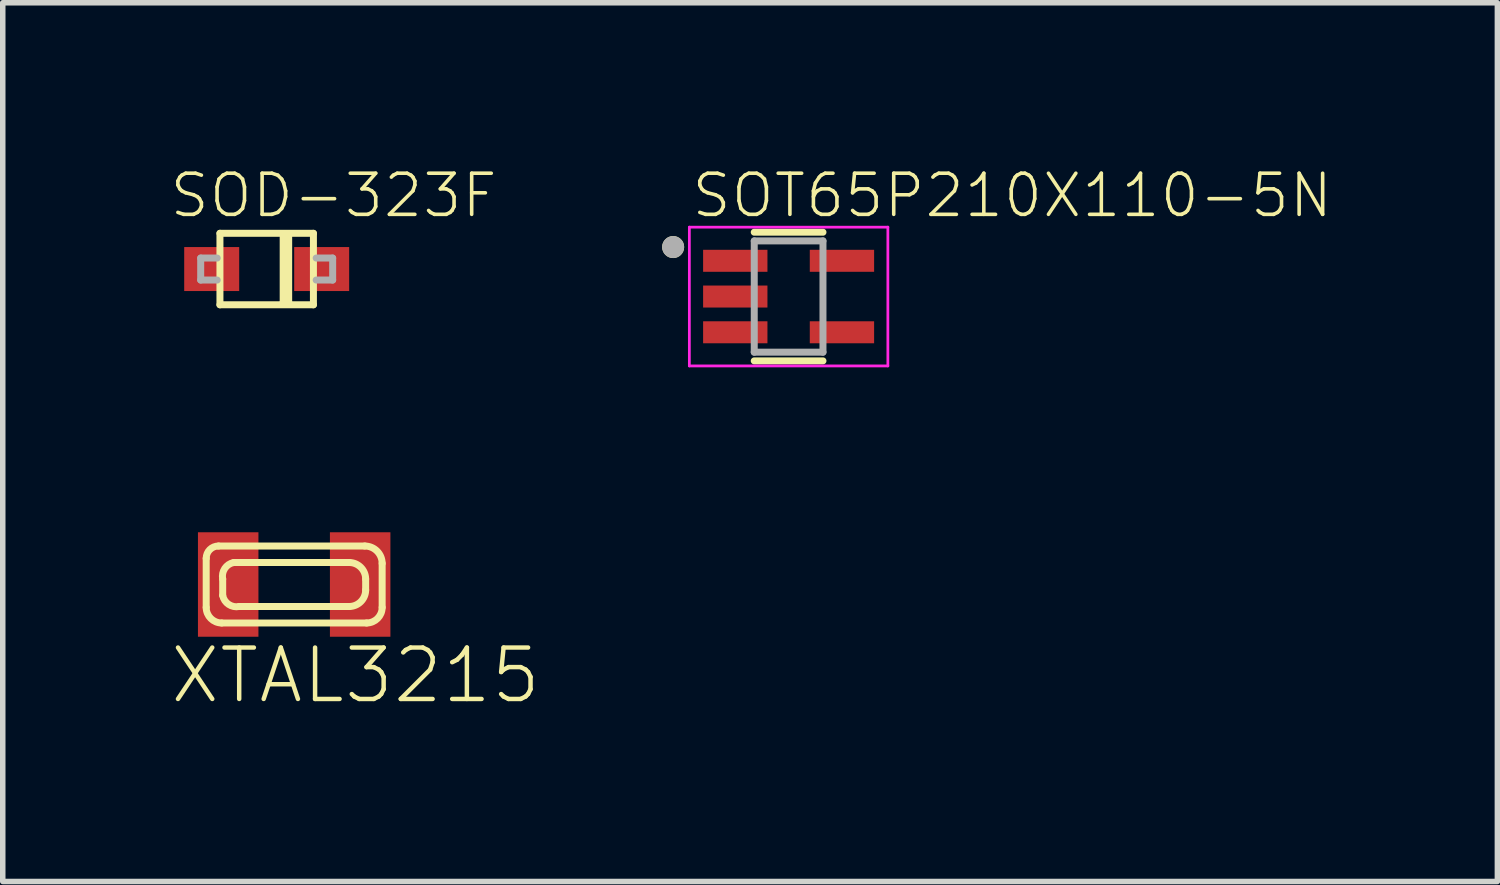
<source format=kicad_pcb>
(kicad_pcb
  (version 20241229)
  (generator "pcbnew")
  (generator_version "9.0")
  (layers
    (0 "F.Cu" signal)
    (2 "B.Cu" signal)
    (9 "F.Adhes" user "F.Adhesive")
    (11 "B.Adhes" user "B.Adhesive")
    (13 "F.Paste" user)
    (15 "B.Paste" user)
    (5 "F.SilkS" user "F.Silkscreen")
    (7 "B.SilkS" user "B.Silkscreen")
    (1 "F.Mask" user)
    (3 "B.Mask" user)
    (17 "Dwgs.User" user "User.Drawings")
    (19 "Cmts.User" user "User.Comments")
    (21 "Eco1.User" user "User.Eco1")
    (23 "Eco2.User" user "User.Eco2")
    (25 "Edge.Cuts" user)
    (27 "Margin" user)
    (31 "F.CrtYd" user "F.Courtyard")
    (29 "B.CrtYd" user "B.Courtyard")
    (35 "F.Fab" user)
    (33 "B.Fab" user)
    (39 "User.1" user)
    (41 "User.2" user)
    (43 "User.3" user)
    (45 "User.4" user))
  (footprint "SOD-323F"
    (layer "F.Cu")
    (at 1.8 1.843)
    (property "Reference" "SOD-323F" (at -1.8 -0.9 0) (layer "F.SilkS") (effects (font (size 0.748 0.748) (thickness 0.065)) (justify left bottom)))
    (fp_line (start -0.85 -0.65) (end 0.85 -0.65) (stroke (width 0.127) (type solid)) (layer "F.SilkS"))
    (fp_line (start -0.85 0.65) (end -0.85 -0.65) (stroke (width 0.127) (type solid)) (layer "F.SilkS"))
    (fp_line (start 0.3 0.6) (end 0.3 -0.6) (stroke (width 0.127) (type solid)) (layer "F.SilkS"))
    (fp_line (start 0.4 -0.6) (end 0.4 0.6) (stroke (width 0.127) (type solid)) (layer "F.SilkS"))
    (fp_line (start 0.4 0.6) (end 0.3 0.6) (stroke (width 0.127) (type solid)) (layer "F.SilkS"))
    (fp_line (start 0.85 -0.65) (end 0.85 0.65) (stroke (width 0.127) (type solid)) (layer "F.SilkS"))
    (fp_line (start 0.85 0.65) (end -0.85 0.65) (stroke (width 0.127) (type solid)) (layer "F.SilkS"))
    (fp_line (start -1.2 -0.2) (end -1.2 0.2) (stroke (width 0.127) (type solid)) (layer "F.Fab"))
    (fp_line (start -1.2 0.2) (end -0.9 0.2) (stroke (width 0.127) (type solid)) (layer "F.Fab"))
    (fp_line (start -0.9 -0.2) (end -1.2 -0.2) (stroke (width 0.127) (type solid)) (layer "F.Fab"))
    (fp_line (start 0.9 -0.2) (end 1.2 -0.2) (stroke (width 0.127) (type solid)) (layer "F.Fab"))
    (fp_line (start 1.2 -0.2) (end 1.2 0.2) (stroke (width 0.127) (type solid)) (layer "F.Fab"))
    (fp_line (start 1.2 0.2) (end 0.9 0.2) (stroke (width 0.127) (type solid)) (layer "F.Fab"))
    (pad "A" smd rect (at -1 0) (size 1 0.8) (layers "F.Cu" "F.Mask" "F.Paste"))
    (pad "C" smd rect (at 1 0) (size 1 0.8) (layers "F.Cu" "F.Mask" "F.Paste")))
  (footprint "XTAL3215"
    (layer "F.Cu")
    (at 2.3 7.58)
    (property "Reference" "XTAL3215" (at -2.3 2.2 0) (layer "F.SilkS") (effects (font (size 0.935 0.935) (thickness 0.081)) (justify left bottom)))
    (fp_line (start -1.6 0.417) (end -1.6 -0.476) (stroke (width 0.127) (type solid)) (layer "F.SilkS"))
    (fp_line (start -1.376 -0.7) (end 1.284 -0.7) (stroke (width 0.127) (type solid)) (layer "F.SilkS"))
    (fp_line (start -1.3 0.2) (end -1.3 -0.1) (stroke (width 0.127) (type solid)) (layer "F.SilkS"))
    (fp_line (start -1.1 -0.4) (end 1 -0.4) (stroke (width 0.127) (type solid)) (layer "F.SilkS"))
    (fp_line (start 1 0.4) (end -1 0.4) (stroke (width 0.127) (type solid)) (layer "F.SilkS"))
    (fp_line (start 1.3 -0.1) (end 1.3 0.1) (stroke (width 0.127) (type solid)) (layer "F.SilkS"))
    (fp_line (start 1.317 0.7) (end -1.317 0.7) (stroke (width 0.127) (type solid)) (layer "F.SilkS"))
    (fp_line (start 1.6 -0.384) (end 1.6 0.417) (stroke (width 0.127) (type solid)) (layer "F.SilkS"))
    (fp_arc (start -1.6 -0.4764) (mid -1.534509 -0.634509) (end -1.3764 -0.7) (stroke (width 0.127) (type solid)) (layer "F.SilkS"))
    (fp_arc (start -1.3172 0.7) (mid -1.51717 0.61717) (end -1.6 0.4172) (stroke (width 0.127) (type solid)) (layer "F.SilkS"))
    (fp_arc (start -1.3 -0.1) (mid -1.262161 -0.291441) (end -1.099999 -0.399999) (stroke (width 0.127) (type solid)) (layer "F.SilkS"))
    (fp_arc (start -1 0.4) (mid -1.191422 0.362132) (end -1.300001 0.199999) (stroke (width 0.127) (type solid)) (layer "F.SilkS"))
    (fp_arc (start 1 -0.4) (mid 1.212103 -0.312103) (end 1.3 -0.1) (stroke (width 0.127) (type solid)) (layer "F.SilkS"))
    (fp_arc (start 1.2838 -0.7) (mid 1.507387 -0.607387) (end 1.6 -0.3838) (stroke (width 0.127) (type solid)) (layer "F.SilkS"))
    (fp_arc (start 1.3 0.1) (mid 1.212131 0.312132) (end 0.999999 0.399999) (stroke (width 0.127) (type solid)) (layer "F.SilkS"))
    (fp_arc (start 1.6 0.4172) (mid 1.51717 0.61717) (end 1.3172 0.7) (stroke (width 0.127) (type solid)) (layer "F.SilkS"))
    (pad "P$1" smd rect (at 1.2 0) (size 1.1 1.9) (layers "F.Cu" "F.Mask" "F.Paste"))
    (pad "P$2" smd rect (at -1.2 0 180) (size 1.1 1.9) (layers "F.Cu" "F.Mask" "F.Paste")))
  (footprint "SOT65P210X110-5N"
    (layer "F.Cu")
    (at 11.292 2.343)
    (property "Reference" "SOT65P210X110-5N" (at -1.8 -1.4 0) (layer "F.SilkS") (effects (font (size 0.748 0.748) (thickness 0.065)) (justify left bottom)))
    (fp_line (start -0.625 1.17) (end 0.625 1.17) (stroke (width 0.127) (type solid)) (layer "F.SilkS"))
    (fp_line (start 0.625 -1.17) (end -0.625 -1.17) (stroke (width 0.127) (type solid)) (layer "F.SilkS"))
    (fp_circle (center -2.1 -0.9) (end -2 -0.9) (stroke (width 0.2) (type solid)) (fill no) (layer "F.SilkS"))
    (fp_line (start -1.805 -1.262) (end -1.805 1.262) (stroke (width 0.05) (type solid)) (layer "F.CrtYd"))
    (fp_line (start -1.805 1.262) (end 1.805 1.262) (stroke (width 0.05) (type solid)) (layer "F.CrtYd"))
    (fp_line (start 1.805 -1.262) (end -1.805 -1.262) (stroke (width 0.05) (type solid)) (layer "F.CrtYd"))
    (fp_line (start 1.805 1.262) (end 1.805 -1.262) (stroke (width 0.05) (type solid)) (layer "F.CrtYd"))
    (fp_line (start -0.625 -1.012) (end -0.625 1.012) (stroke (width 0.127) (type solid)) (layer "F.Fab"))
    (fp_line (start -0.625 1.012) (end 0.625 1.012) (stroke (width 0.127) (type solid)) (layer "F.Fab"))
    (fp_line (start 0.625 -1.012) (end -0.625 -1.012) (stroke (width 0.127) (type solid)) (layer "F.Fab"))
    (fp_line (start 0.625 1.012) (end 0.625 -1.012) (stroke (width 0.127) (type solid)) (layer "F.Fab"))
    (fp_circle (center -2.1 -0.9) (end -2 -0.9) (stroke (width 0.2) (type solid)) (fill no) (layer "F.Fab"))
    (pad "1" smd rect (at -0.97 -0.65) (size 1.17 0.4) (layers "F.Cu" "F.Mask" "F.Paste"))
    (pad "2" smd rect (at -0.97 0) (size 1.17 0.4) (layers "F.Cu" "F.Mask" "F.Paste"))
    (pad "3" smd rect (at -0.97 0.65) (size 1.17 0.4) (layers "F.Cu" "F.Mask" "F.Paste"))
    (pad "4" smd rect (at 0.97 0.65) (size 1.17 0.4) (layers "F.Cu" "F.Mask" "F.Paste"))
    (pad "5" smd rect (at 0.97 -0.65) (size 1.17 0.4) (layers "F.Cu" "F.Mask" "F.Paste")))
  (gr_rect
    (start -3 -3)
    (end 24.182 12.981)
    (stroke (width 0.1) (type default))
    (fill no)
    (layer "Edge.Cuts")))
</source>
